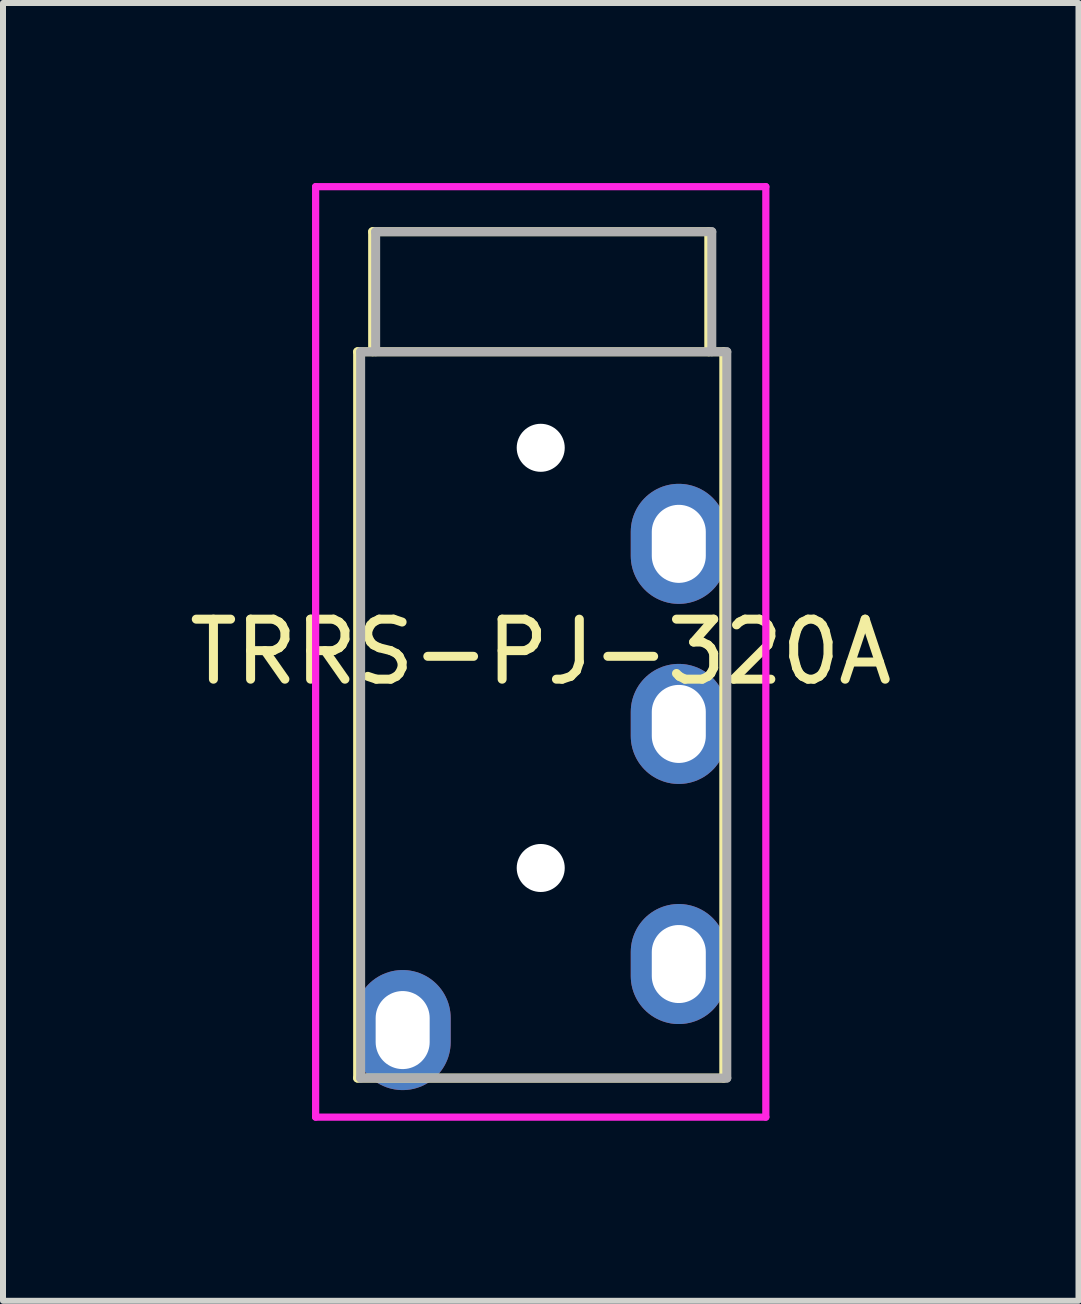
<source format=kicad_pcb>
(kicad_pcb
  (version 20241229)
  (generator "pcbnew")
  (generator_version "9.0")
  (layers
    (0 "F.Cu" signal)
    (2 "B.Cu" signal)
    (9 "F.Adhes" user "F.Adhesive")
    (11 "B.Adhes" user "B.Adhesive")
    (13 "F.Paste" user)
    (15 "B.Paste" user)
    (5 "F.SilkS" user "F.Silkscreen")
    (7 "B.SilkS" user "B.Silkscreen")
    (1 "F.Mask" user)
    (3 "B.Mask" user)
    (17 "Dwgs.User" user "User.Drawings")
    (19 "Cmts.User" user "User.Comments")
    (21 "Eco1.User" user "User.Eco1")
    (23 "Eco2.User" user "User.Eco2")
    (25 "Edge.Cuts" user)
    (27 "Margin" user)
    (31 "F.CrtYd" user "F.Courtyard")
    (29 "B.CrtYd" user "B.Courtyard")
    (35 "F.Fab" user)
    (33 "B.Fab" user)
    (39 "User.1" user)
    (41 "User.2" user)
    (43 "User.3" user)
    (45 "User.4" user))
  (footprint "TRRS-PJ-320A"
    (layer "F.Cu")
    (at 5.958 2.81)
    (property "Reference" "TRRS-PJ-320A" (at 0 5 0) (layer "F.SilkS") (effects (font (size 1 1) (thickness 0.15))))
    (attr through_hole)
    (fp_line (start -3.05 0) (end -3.05 12.1) (stroke (width 0.15) (type solid)) (layer "F.SilkS"))
    (fp_line (start -2.8 0) (end -2.8 -2) (stroke (width 0.15) (type solid)) (layer "F.SilkS"))
    (fp_line (start 2.8 -2) (end -2.8 -2) (stroke (width 0.15) (type solid)) (layer "F.SilkS"))
    (fp_line (start 2.8 0) (end 2.8 -2) (stroke (width 0.15) (type solid)) (layer "F.SilkS"))
    (fp_line (start 3.05 0) (end -3.05 0) (stroke (width 0.15) (type solid)) (layer "F.SilkS"))
    (fp_line (start 3.05 0) (end 3.05 12.1) (stroke (width 0.15) (type solid)) (layer "F.SilkS"))
    (fp_line (start 3.05 12.1) (end -3.05 12.1) (stroke (width 0.15) (type solid)) (layer "F.SilkS"))
    (fp_line (start -3.75 -2.75) (end -3.75 12.75) (stroke (width 0.12) (type solid)) (layer "F.CrtYd"))
    (fp_line (start -3.75 12.75) (end 3.75 12.75) (stroke (width 0.12) (type solid)) (layer "F.CrtYd"))
    (fp_line (start 3.75 -2.75) (end -3.75 -2.75) (stroke (width 0.12) (type solid)) (layer "F.CrtYd"))
    (fp_line (start 3.75 12.75) (end 3.75 -2.75) (stroke (width 0.12) (type solid)) (layer "F.CrtYd"))
    (fp_line (start -3 0) (end -3 12.1) (stroke (width 0.15) (type solid)) (layer "F.Fab"))
    (fp_line (start -2.75 0) (end -2.75 -2) (stroke (width 0.15) (type solid)) (layer "F.Fab"))
    (fp_line (start 2.85 -2) (end -2.75 -2) (stroke (width 0.15) (type solid)) (layer "F.Fab"))
    (fp_line (start 2.85 0) (end 2.85 -2) (stroke (width 0.15) (type solid)) (layer "F.Fab"))
    (fp_line (start 3.1 0) (end -3 0) (stroke (width 0.15) (type solid)) (layer "F.Fab"))
    (fp_line (start 3.1 0) (end 3.1 12.1) (stroke (width 0.15) (type solid)) (layer "F.Fab"))
    (fp_line (start 3.1 12.1) (end -3 12.1) (stroke (width 0.15) (type solid)) (layer "F.Fab"))
    (pad "" np_thru_hole circle (at 0 1.6) (size 0.8 0.8) (drill 0.8) (layers "*.Cu" "*.Mask"))
    (pad "" np_thru_hole circle (at 0 8.6) (size 0.8 0.8) (drill 0.8) (layers "*.Cu" "*.Mask"))
    (pad "R1" thru_hole oval (at 2.3 6.2) (size 1.6 2) (drill oval 0.9 1.3) (layers "*.Cu" "*.Mask"))
    (pad "R2" thru_hole oval (at 2.3 3.2) (size 1.6 2) (drill oval 0.9 1.3) (layers "*.Cu" "*.Mask"))
    (pad "S" thru_hole oval (at -2.3 11.3) (size 1.6 2) (drill oval 0.9 1.3) (layers "*.Cu" "*.Mask"))
    (pad "T" thru_hole oval (at 2.3 10.2) (size 1.6 2) (drill oval 0.9 1.3) (layers "*.Cu" "*.Mask")))
  (gr_rect
    (start -3 -3)
    (end 14.917 18.62)
    (stroke (width 0.1) (type default))
    (fill no)
    (layer "Edge.Cuts")))
</source>
